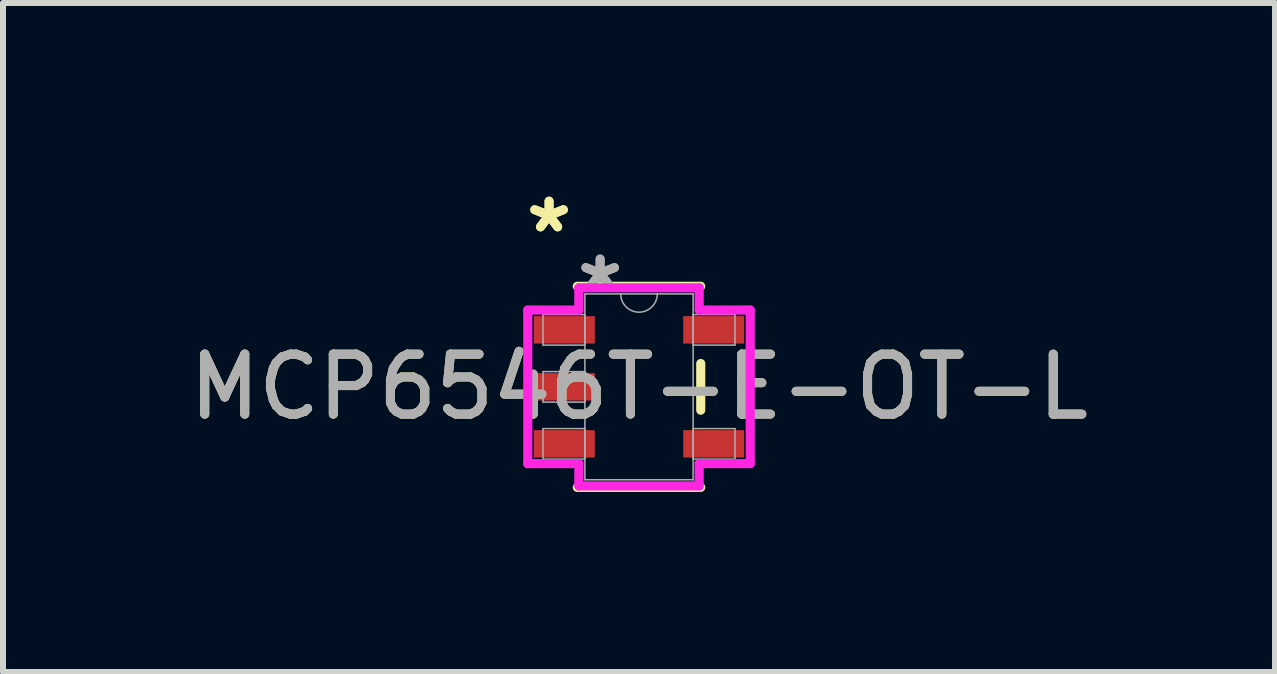
<source format=kicad_pcb>
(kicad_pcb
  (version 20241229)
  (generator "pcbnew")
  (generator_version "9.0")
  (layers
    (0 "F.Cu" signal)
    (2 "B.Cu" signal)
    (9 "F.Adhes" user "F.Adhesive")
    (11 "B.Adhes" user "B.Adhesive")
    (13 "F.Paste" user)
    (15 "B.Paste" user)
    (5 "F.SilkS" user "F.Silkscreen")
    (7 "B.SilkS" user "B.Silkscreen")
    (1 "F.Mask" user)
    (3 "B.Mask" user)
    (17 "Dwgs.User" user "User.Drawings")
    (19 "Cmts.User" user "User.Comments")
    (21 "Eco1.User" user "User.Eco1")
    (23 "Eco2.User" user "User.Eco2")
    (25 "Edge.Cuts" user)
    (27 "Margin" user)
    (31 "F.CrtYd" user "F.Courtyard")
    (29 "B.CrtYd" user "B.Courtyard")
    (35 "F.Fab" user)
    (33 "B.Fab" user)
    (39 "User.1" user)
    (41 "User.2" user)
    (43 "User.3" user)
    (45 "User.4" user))
  (footprint "MCP6546T-E-OT-L"
    (layer "F.Cu")
    (at 7.601 3.398)
    (property "Reference" "MCP6546T-E-OT-L" (at 0 0 0) (unlocked yes) (layer "F.SilkS") (effects (font (size 1 1) (thickness 0.15))))
    (attr smd)
    (fp_line (start -1.029 1.676) (end 1.029 1.676) (stroke (width 0.152) (type solid)) (layer "F.SilkS"))
    (fp_line (start 1.029 -1.676) (end -1.029 -1.676) (stroke (width 0.152) (type solid)) (layer "F.SilkS"))
    (fp_line (start 1.029 0.389) (end 1.029 -0.389) (stroke (width 0.152) (type solid)) (layer "F.SilkS"))
    (fp_line (start -1.854 -1.28) (end -1.003 -1.28) (stroke (width 0.152) (type solid)) (layer "F.CrtYd"))
    (fp_line (start -1.854 1.28) (end -1.854 -1.28) (stroke (width 0.152) (type solid)) (layer "F.CrtYd"))
    (fp_line (start -1.003 -1.651) (end 1.003 -1.651) (stroke (width 0.152) (type solid)) (layer "F.CrtYd"))
    (fp_line (start -1.003 -1.28) (end -1.003 -1.651) (stroke (width 0.152) (type solid)) (layer "F.CrtYd"))
    (fp_line (start -1.003 1.28) (end -1.854 1.28) (stroke (width 0.152) (type solid)) (layer "F.CrtYd"))
    (fp_line (start -1.003 1.651) (end -1.003 1.28) (stroke (width 0.152) (type solid)) (layer "F.CrtYd"))
    (fp_line (start 1.003 -1.651) (end 1.003 -1.28) (stroke (width 0.152) (type solid)) (layer "F.CrtYd"))
    (fp_line (start 1.003 -1.28) (end 1.854 -1.28) (stroke (width 0.152) (type solid)) (layer "F.CrtYd"))
    (fp_line (start 1.003 1.28) (end 1.003 1.651) (stroke (width 0.152) (type solid)) (layer "F.CrtYd"))
    (fp_line (start 1.003 1.651) (end -1.003 1.651) (stroke (width 0.152) (type solid)) (layer "F.CrtYd"))
    (fp_line (start 1.854 -1.28) (end 1.854 1.28) (stroke (width 0.152) (type solid)) (layer "F.CrtYd"))
    (fp_line (start 1.854 1.28) (end 1.003 1.28) (stroke (width 0.152) (type solid)) (layer "F.CrtYd"))
    (fp_line (start -1.6 -1.204) (end -1.6 -0.696) (stroke (width 0.025) (type solid)) (layer "F.Fab"))
    (fp_line (start -1.6 -0.696) (end -0.902 -0.696) (stroke (width 0.025) (type solid)) (layer "F.Fab"))
    (fp_line (start -1.6 -0.254) (end -1.6 0.254) (stroke (width 0.025) (type solid)) (layer "F.Fab"))
    (fp_line (start -1.6 0.254) (end -0.902 0.254) (stroke (width 0.025) (type solid)) (layer "F.Fab"))
    (fp_line (start -1.6 0.696) (end -1.6 1.204) (stroke (width 0.025) (type solid)) (layer "F.Fab"))
    (fp_line (start -1.6 1.204) (end -0.902 1.204) (stroke (width 0.025) (type solid)) (layer "F.Fab"))
    (fp_line (start -0.902 -1.549) (end -0.902 1.549) (stroke (width 0.025) (type solid)) (layer "F.Fab"))
    (fp_line (start -0.902 -1.204) (end -1.6 -1.204) (stroke (width 0.025) (type solid)) (layer "F.Fab"))
    (fp_line (start -0.902 -0.696) (end -0.902 -1.204) (stroke (width 0.025) (type solid)) (layer "F.Fab"))
    (fp_line (start -0.902 -0.254) (end -1.6 -0.254) (stroke (width 0.025) (type solid)) (layer "F.Fab"))
    (fp_line (start -0.902 0.254) (end -0.902 -0.254) (stroke (width 0.025) (type solid)) (layer "F.Fab"))
    (fp_line (start -0.902 0.696) (end -1.6 0.696) (stroke (width 0.025) (type solid)) (layer "F.Fab"))
    (fp_line (start -0.902 1.204) (end -0.902 0.696) (stroke (width 0.025) (type solid)) (layer "F.Fab"))
    (fp_line (start -0.902 1.549) (end 0.902 1.549) (stroke (width 0.025) (type solid)) (layer "F.Fab"))
    (fp_line (start 0.902 -1.549) (end -0.902 -1.549) (stroke (width 0.025) (type solid)) (layer "F.Fab"))
    (fp_line (start 0.902 -1.204) (end 0.902 -0.696) (stroke (width 0.025) (type solid)) (layer "F.Fab"))
    (fp_line (start 0.902 -0.696) (end 1.6 -0.696) (stroke (width 0.025) (type solid)) (layer "F.Fab"))
    (fp_line (start 0.902 0.696) (end 0.902 1.204) (stroke (width 0.025) (type solid)) (layer "F.Fab"))
    (fp_line (start 0.902 1.204) (end 1.6 1.204) (stroke (width 0.025) (type solid)) (layer "F.Fab"))
    (fp_line (start 0.902 1.549) (end 0.902 -1.549) (stroke (width 0.025) (type solid)) (layer "F.Fab"))
    (fp_line (start 1.6 -1.204) (end 0.902 -1.204) (stroke (width 0.025) (type solid)) (layer "F.Fab"))
    (fp_line (start 1.6 -0.696) (end 1.6 -1.204) (stroke (width 0.025) (type solid)) (layer "F.Fab"))
    (fp_line (start 1.6 0.696) (end 0.902 0.696) (stroke (width 0.025) (type solid)) (layer "F.Fab"))
    (fp_line (start 1.6 1.204) (end 1.6 0.696) (stroke (width 0.025) (type solid)) (layer "F.Fab"))
    (fp_arc (start 0.3048 -1.5494) (mid 0 -1.2446) (end -0.3048 -1.5494) (stroke (width 0.0254) (type solid)) (layer "F.Fab"))
    (fp_text user "*" (at -1.499 -2.55 0) (unlocked yes) (layer "F.SilkS") (effects (font (size 1 1) (thickness 0.15))))
    (fp_text user "*" (at -1.499 -2.55 0) (layer "F.SilkS") (effects (font (size 1 1) (thickness 0.15))))
    (fp_text user "*" (at -0.648 -1.585 0) (layer "F.Fab") (effects (font (size 1 1) (thickness 0.15))))
    (fp_text user "${REFERENCE}" (at 0 0 0) (unlocked yes) (layer "F.Fab") (effects (font (size 1 1) (thickness 0.15))))
    (fp_text user "*" (at -0.648 -1.585 0) (unlocked yes) (layer "F.Fab") (effects (font (size 1 1) (thickness 0.15))))
    (pad "1" smd rect (at -1.245 -0.95) (size 1.016 0.457) (layers "F.Cu" "F.Mask" "F.Paste"))
    (pad "2" smd rect (at -1.245 0) (size 1.016 0.457) (layers "F.Cu" "F.Mask" "F.Paste"))
    (pad "3" smd rect (at -1.245 0.95) (size 1.016 0.457) (layers "F.Cu" "F.Mask" "F.Paste"))
    (pad "4" smd rect (at 1.245 0.95) (size 1.016 0.457) (layers "F.Cu" "F.Mask" "F.Paste"))
    (pad "5" smd rect (at 1.245 -0.95) (size 1.016 0.457) (layers "F.Cu" "F.Mask" "F.Paste")))
  (gr_rect
    (start -3 -3)
    (end 18.202 8.151)
    (stroke (width 0.1) (type default))
    (fill no)
    (layer "Edge.Cuts")))
</source>
